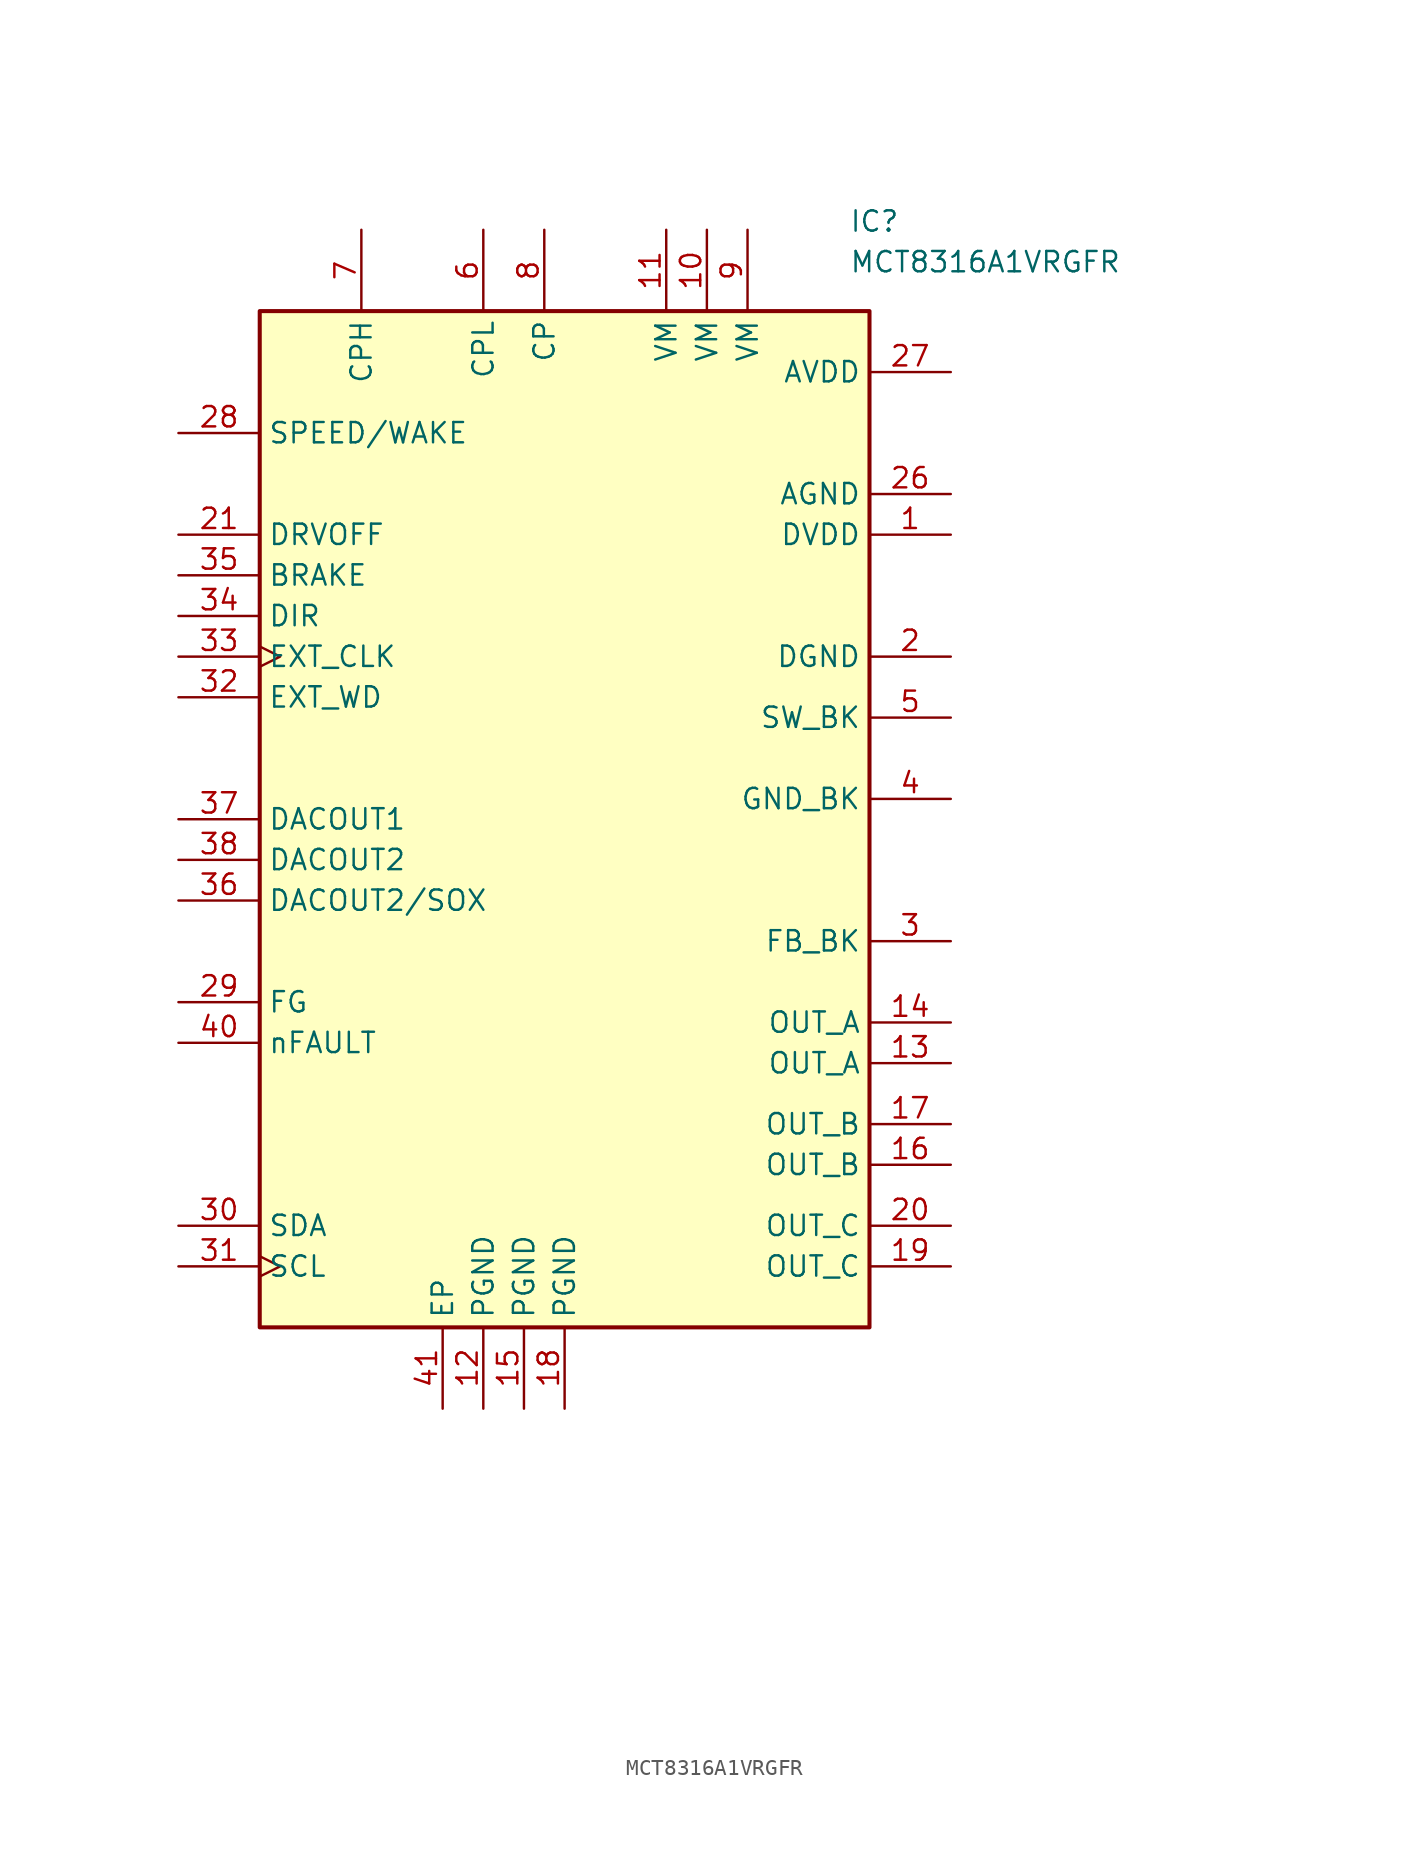
<source format=kicad_sym>
(kicad_symbol_lib
  (version 20220914)
  (generator kicad_symbol_editor)
  (symbol "MCT8316A1VRGFR"
    (property "Reference" "IC"
      (at 17.78 38.1 0)
      (effects (font (size 1.27 1.27)) (justify left top)))
    (property "Value" "MCT8316A1VRGFR"
      (at 17.78 35.56 0)
      (effects (font (size 1.27 1.27)) (justify left top)))
    (symbol "MCT8316A1VRGFR_1_1"
      (rectangle (start -19.05 31.75) (end 19.05 -31.75) (stroke (width 0.254) (type default)) (fill (type background)))
      (pin power_out line (at 24.13 17.78 180) (length 5.08) (name "DVDD" (effects (font (size 1.27 1.27)))) (number "1" (effects (font (size 1.27 1.27)))))
      (pin power_in line (at 8.89 36.83 270) (length 5.08) (name "VM" (effects (font (size 1.27 1.27)))) (number "10" (effects (font (size 1.27 1.27)))))
      (pin power_in line (at 6.35 36.83 270) (length 5.08) (name "VM" (effects (font (size 1.27 1.27)))) (number "11" (effects (font (size 1.27 1.27)))))
      (pin power_in line (at -5.08 -36.83 90) (length 5.08) (name "PGND" (effects (font (size 1.27 1.27)))) (number "12" (effects (font (size 1.27 1.27)))))
      (pin passive line (at 24.13 -15.24 180) (length 5.08) (name "OUT_A" (effects (font (size 1.27 1.27)))) (number "13" (effects (font (size 1.27 1.27)))))
      (pin passive line (at 24.13 -12.7 180) (length 5.08) (name "OUT_A" (effects (font (size 1.27 1.27)))) (number "14" (effects (font (size 1.27 1.27)))))
      (pin power_in line (at -2.54 -36.83 90) (length 5.08) (name "PGND" (effects (font (size 1.27 1.27)))) (number "15" (effects (font (size 1.27 1.27)))))
      (pin passive line (at 24.13 -21.59 180) (length 5.08) (name "OUT_B" (effects (font (size 1.27 1.27)))) (number "16" (effects (font (size 1.27 1.27)))))
      (pin passive line (at 24.13 -19.05 180) (length 5.08) (name "OUT_B" (effects (font (size 1.27 1.27)))) (number "17" (effects (font (size 1.27 1.27)))))
      (pin power_in line (at 0 -36.83 90) (length 5.08) (name "PGND" (effects (font (size 1.27 1.27)))) (number "18" (effects (font (size 1.27 1.27)))))
      (pin passive line (at 24.13 -27.94 180) (length 5.08) (name "OUT_C" (effects (font (size 1.27 1.27)))) (number "19" (effects (font (size 1.27 1.27)))))
      (pin power_in line (at 24.13 10.16 180) (length 5.08) (name "DGND" (effects (font (size 1.27 1.27)))) (number "2" (effects (font (size 1.27 1.27)))))
      (pin passive line (at 24.13 -25.4 180) (length 5.08) (name "OUT_C" (effects (font (size 1.27 1.27)))) (number "20" (effects (font (size 1.27 1.27)))))
      (pin input line (at -24.13 17.78 0) (length 5.08) (name "DRVOFF" (effects (font (size 1.27 1.27)))) (number "21" (effects (font (size 1.27 1.27)))))
      (pin no_connect line (at 43.18 -49.53 180) (length 5.08) hide (name "NC_1" (effects (font (size 1.27 1.27)))) (number "22" (effects (font (size 1.27 1.27)))))
      (pin no_connect line (at 43.18 -46.99 180) (length 5.08) hide (name "NC_2" (effects (font (size 1.27 1.27)))) (number "23" (effects (font (size 1.27 1.27)))))
      (pin no_connect line (at 43.18 -44.45 180) (length 5.08) hide (name "NC_3" (effects (font (size 1.27 1.27)))) (number "24" (effects (font (size 1.27 1.27)))))
      (pin no_connect line (at 43.18 -41.91 180) (length 5.08) hide (name "NC_4" (effects (font (size 1.27 1.27)))) (number "25" (effects (font (size 1.27 1.27)))))
      (pin power_in line (at 24.13 20.32 180) (length 5.08) (name "AGND" (effects (font (size 1.27 1.27)))) (number "26" (effects (font (size 1.27 1.27)))))
      (pin power_out line (at 24.13 27.94 180) (length 5.08) (name "AVDD" (effects (font (size 1.27 1.27)))) (number "27" (effects (font (size 1.27 1.27)))))
      (pin input line (at -24.13 24.13 0) (length 5.08) (name "SPEED/WAKE" (effects (font (size 1.27 1.27)))) (number "28" (effects (font (size 1.27 1.27)))))
      (pin output line (at -24.13 -11.43 0) (length 5.08) (name "FG" (effects (font (size 1.27 1.27)))) (number "29" (effects (font (size 1.27 1.27)))))
      (pin passive line (at 24.13 -7.62 180) (length 5.08) (name "FB_BK" (effects (font (size 1.27 1.27)))) (number "3" (effects (font (size 1.27 1.27)))))
      (pin output line (at -24.13 -25.4 0) (length 5.08) (name "SDA" (effects (font (size 1.27 1.27)))) (number "30" (effects (font (size 1.27 1.27)))))
      (pin input clock (at -24.13 -27.94 0) (length 5.08) (name "SCL" (effects (font (size 1.27 1.27)))) (number "31" (effects (font (size 1.27 1.27)))))
      (pin input line (at -24.13 7.62 0) (length 5.08) (name "EXT_WD" (effects (font (size 1.27 1.27)))) (number "32" (effects (font (size 1.27 1.27)))))
      (pin input clock (at -24.13 10.16 0) (length 5.08) (name "EXT_CLK" (effects (font (size 1.27 1.27)))) (number "33" (effects (font (size 1.27 1.27)))))
      (pin input line (at -24.13 12.7 0) (length 5.08) (name "DIR" (effects (font (size 1.27 1.27)))) (number "34" (effects (font (size 1.27 1.27)))))
      (pin input line (at -24.13 15.24 0) (length 5.08) (name "BRAKE" (effects (font (size 1.27 1.27)))) (number "35" (effects (font (size 1.27 1.27)))))
      (pin output line (at -24.13 -5.08 0) (length 5.08) (name "DACOUT2/SOX" (effects (font (size 1.27 1.27)))) (number "36" (effects (font (size 1.27 1.27)))))
      (pin output line (at -24.13 0 0) (length 5.08) (name "DACOUT1" (effects (font (size 1.27 1.27)))) (number "37" (effects (font (size 1.27 1.27)))))
      (pin output line (at -24.13 -2.54 0) (length 5.08) (name "DACOUT2" (effects (font (size 1.27 1.27)))) (number "38" (effects (font (size 1.27 1.27)))))
      (pin no_connect line (at 43.18 -39.37 180) (length 5.08) hide (name "NC_5" (effects (font (size 1.27 1.27)))) (number "39" (effects (font (size 1.27 1.27)))))
      (pin power_in line (at 24.13 1.27 180) (length 5.08) (name "GND_BK" (effects (font (size 1.27 1.27)))) (number "4" (effects (font (size 1.27 1.27)))))
      (pin output line (at -24.13 -13.97 0) (length 5.08) (name "nFAULT" (effects (font (size 1.27 1.27)))) (number "40" (effects (font (size 1.27 1.27)))))
      (pin passive line (at -7.62 -36.83 90) (length 5.08) (name "EP" (effects (font (size 1.27 1.27)))) (number "41" (effects (font (size 1.27 1.27)))))
      (pin passive line (at 24.13 6.35 180) (length 5.08) (name "SW_BK" (effects (font (size 1.27 1.27)))) (number "5" (effects (font (size 1.27 1.27)))))
      (pin passive line (at -5.08 36.83 270) (length 5.08) (name "CPL" (effects (font (size 1.27 1.27)))) (number "6" (effects (font (size 1.27 1.27)))))
      (pin passive line (at -12.7 36.83 270) (length 5.08) (name "CPH" (effects (font (size 1.27 1.27)))) (number "7" (effects (font (size 1.27 1.27)))))
      (pin passive line (at -1.27 36.83 270) (length 5.08) (name "CP" (effects (font (size 1.27 1.27)))) (number "8" (effects (font (size 1.27 1.27)))))
      (pin power_in line (at 11.43 36.83 270) (length 5.08) (name "VM" (effects (font (size 1.27 1.27)))) (number "9" (effects (font (size 1.27 1.27))))))))
</source>
